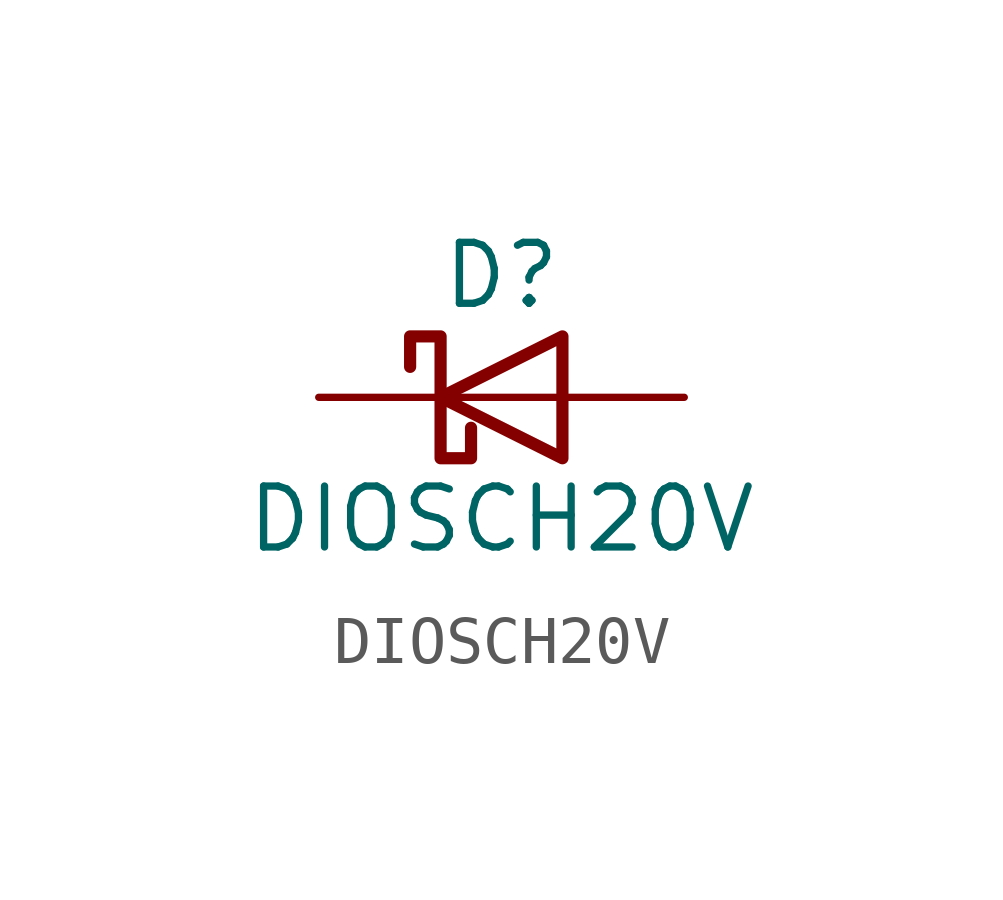
<source format=kicad_sym>
(kicad_symbol_lib
  (version 20241209)
  (generator "kicad_symbol_editor")
  (generator_version "9.0")
  (symbol "DIOSCH20V"
    (pin_numbers
      (hide yes))
    (pin_names
      (offset 1.016)
      (hide yes))
    (property "Reference" "D"
      (at 0 2.54 0)
      (effects (font (size 1.27 1.27))))
    (property "Value" "DIOSCH20V"
      (at 0 -2.54 0)
      (effects (font (size 1.27 1.27))))
    (symbol "DIOSCH20V_0_1"
      (polyline (pts (xy -1.905 0.635) (xy -1.905 1.27) (xy -1.27 1.27) (xy -1.27 -1.27) (xy -0.635 -1.27) (xy -0.635 -0.635)) (stroke (width 0.254) (type solid)) (fill (type none)))
      (polyline (pts (xy 1.27 1.27) (xy 1.27 -1.27) (xy -1.27 0) (xy 1.27 1.27)) (stroke (width 0.254) (type solid)) (fill (type none)))
      (polyline (pts (xy 1.27 0) (xy -1.27 0)) (stroke (width 0) (type solid)) (fill (type none))))
    (symbol "DIOSCH20V_1_1"
      (pin passive line (at -3.81 0 0) (length 2.54) (name "K" (effects (font (size 1.27 1.27)))) (number "1" (effects (font (size 1.27 1.27)))))
      (pin passive line (at 3.81 0 180) (length 2.54) (name "A" (effects (font (size 1.27 1.27)))) (number "2" (effects (font (size 1.27 1.27))))))))
</source>
